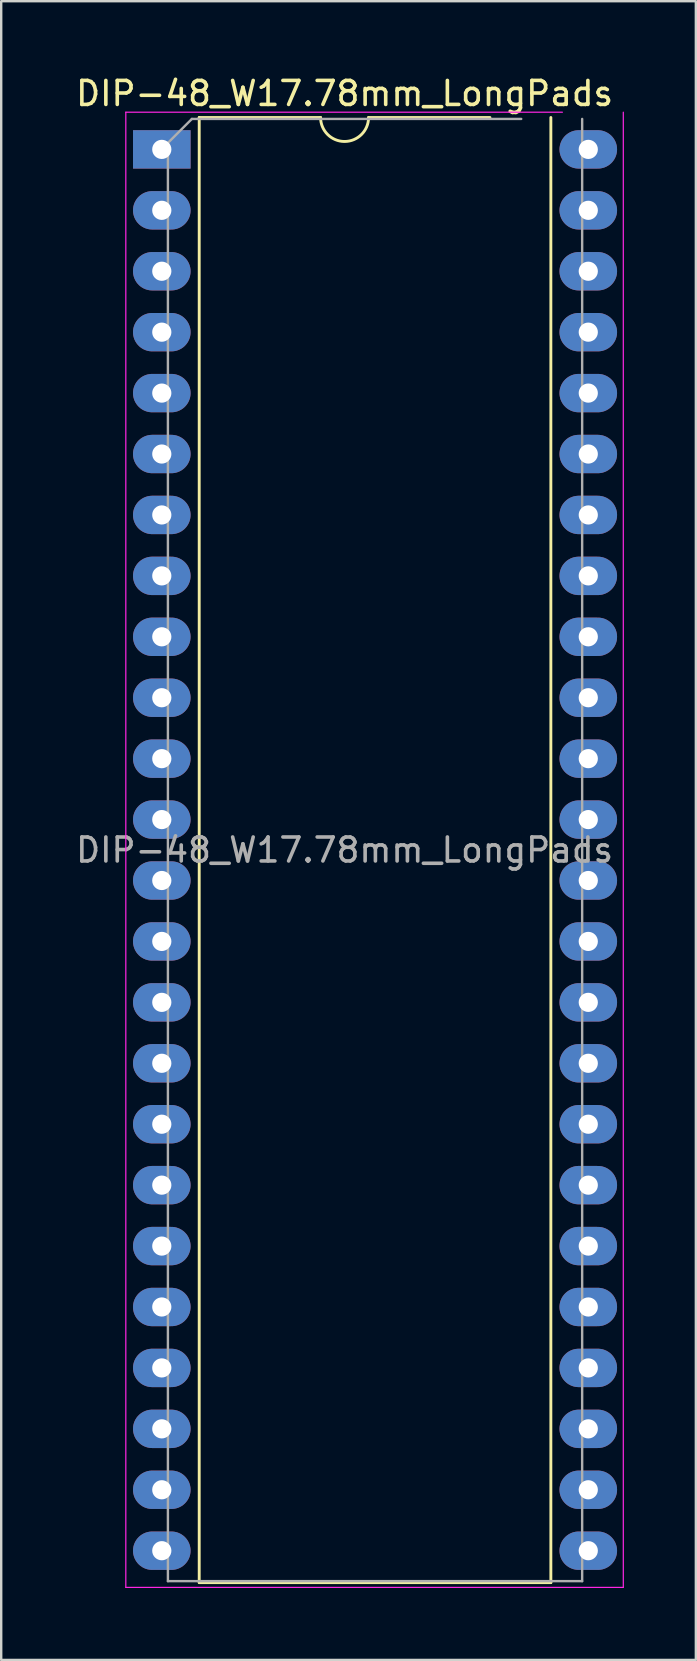
<source format=kicad_pcb>
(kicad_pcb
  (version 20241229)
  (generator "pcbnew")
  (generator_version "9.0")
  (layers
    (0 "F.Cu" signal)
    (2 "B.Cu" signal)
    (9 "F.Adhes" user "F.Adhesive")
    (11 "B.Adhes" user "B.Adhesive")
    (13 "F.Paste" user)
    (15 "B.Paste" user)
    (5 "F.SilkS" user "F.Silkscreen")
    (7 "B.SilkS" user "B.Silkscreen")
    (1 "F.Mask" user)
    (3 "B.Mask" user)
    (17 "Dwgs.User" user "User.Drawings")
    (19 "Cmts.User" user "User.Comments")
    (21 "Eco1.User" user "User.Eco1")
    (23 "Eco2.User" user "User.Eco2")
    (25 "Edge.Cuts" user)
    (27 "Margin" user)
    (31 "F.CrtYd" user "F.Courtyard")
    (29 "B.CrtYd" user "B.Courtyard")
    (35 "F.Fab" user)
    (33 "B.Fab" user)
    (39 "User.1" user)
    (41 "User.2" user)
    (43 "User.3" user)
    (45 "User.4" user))
  (footprint "DIP-48_W17.78mm_LongPads"
    (layer "F.Cu")
    (at 3.695 3.178)
    (property "Reference" "DIP-48_W17.78mm_LongPads" (at 7.62 -2.33 0) (layer "F.SilkS") (effects (font (size 1 1) (thickness 0.15))))
    (attr through_hole)
    (fp_line (start 1.56 -1.33) (end 1.56 59.75) (stroke (width 0.12) (type solid)) (layer "F.SilkS"))
    (fp_line (start 1.56 59.75) (end 16.22 59.75) (stroke (width 0.12) (type solid)) (layer "F.SilkS"))
    (fp_line (start 6.62 -1.33) (end 1.56 -1.33) (stroke (width 0.12) (type solid)) (layer "F.SilkS"))
    (fp_line (start 13.68 -1.33) (end 8.62 -1.33) (stroke (width 0.12) (type solid)) (layer "F.SilkS"))
    (fp_line (start 16.22 59.75) (end 16.22 -1.33) (stroke (width 0.12) (type solid)) (layer "F.SilkS"))
    (fp_arc (start 8.62 -1.33) (mid 7.62 -0.33) (end 6.62 -1.33) (stroke (width 0.12) (type solid)) (layer "F.SilkS"))
    (fp_line (start -1.5 -1.55) (end -1.5 59.95) (stroke (width 0.05) (type solid)) (layer "F.CrtYd"))
    (fp_line (start -1.5 59.95) (end 19.24 59.95) (stroke (width 0.05) (type solid)) (layer "F.CrtYd"))
    (fp_line (start 16.7 -1.55) (end -1.5 -1.55) (stroke (width 0.05) (type solid)) (layer "F.CrtYd"))
    (fp_line (start 19.24 59.95) (end 19.24 -1.55) (stroke (width 0.05) (type solid)) (layer "F.CrtYd"))
    (fp_line (start 0.255 -0.27) (end 1.255 -1.27) (stroke (width 0.1) (type solid)) (layer "F.Fab"))
    (fp_line (start 0.255 59.69) (end 0.255 -0.27) (stroke (width 0.1) (type solid)) (layer "F.Fab"))
    (fp_line (start 1.255 -1.27) (end 14.985 -1.27) (stroke (width 0.1) (type solid)) (layer "F.Fab"))
    (fp_line (start 17.525 -1.27) (end 17.525 59.69) (stroke (width 0.1) (type solid)) (layer "F.Fab"))
    (fp_line (start 17.525 59.69) (end 0.255 59.69) (stroke (width 0.1) (type solid)) (layer "F.Fab"))
    (fp_text user "${REFERENCE}" (at 7.62 29.21 0) (layer "F.Fab") (effects (font (size 1 1) (thickness 0.15))))
    (pad "1" thru_hole rect (at 0 0) (size 2.4 1.6) (drill 0.8) (layers "*.Cu" "*.Mask"))
    (pad "2" thru_hole oval (at 0 2.54) (size 2.4 1.6) (drill 0.8) (layers "*.Cu" "*.Mask"))
    (pad "3" thru_hole oval (at 0 5.08) (size 2.4 1.6) (drill 0.8) (layers "*.Cu" "*.Mask"))
    (pad "4" thru_hole oval (at 0 7.62) (size 2.4 1.6) (drill 0.8) (layers "*.Cu" "*.Mask"))
    (pad "5" thru_hole oval (at 0 10.16) (size 2.4 1.6) (drill 0.8) (layers "*.Cu" "*.Mask"))
    (pad "6" thru_hole oval (at 0 12.7) (size 2.4 1.6) (drill 0.8) (layers "*.Cu" "*.Mask"))
    (pad "7" thru_hole oval (at 0 15.24) (size 2.4 1.6) (drill 0.8) (layers "*.Cu" "*.Mask"))
    (pad "8" thru_hole oval (at 0 17.78) (size 2.4 1.6) (drill 0.8) (layers "*.Cu" "*.Mask"))
    (pad "9" thru_hole oval (at 0 20.32) (size 2.4 1.6) (drill 0.8) (layers "*.Cu" "*.Mask"))
    (pad "10" thru_hole oval (at 0 22.86) (size 2.4 1.6) (drill 0.8) (layers "*.Cu" "*.Mask"))
    (pad "11" thru_hole oval (at 0 25.4) (size 2.4 1.6) (drill 0.8) (layers "*.Cu" "*.Mask"))
    (pad "12" thru_hole oval (at 0 27.94) (size 2.4 1.6) (drill 0.8) (layers "*.Cu" "*.Mask"))
    (pad "13" thru_hole oval (at 0 30.48) (size 2.4 1.6) (drill 0.8) (layers "*.Cu" "*.Mask"))
    (pad "14" thru_hole oval (at 0 33.02) (size 2.4 1.6) (drill 0.8) (layers "*.Cu" "*.Mask"))
    (pad "15" thru_hole oval (at 0 35.56) (size 2.4 1.6) (drill 0.8) (layers "*.Cu" "*.Mask"))
    (pad "16" thru_hole oval (at 0 38.1) (size 2.4 1.6) (drill 0.8) (layers "*.Cu" "*.Mask"))
    (pad "17" thru_hole oval (at 0 40.64) (size 2.4 1.6) (drill 0.8) (layers "*.Cu" "*.Mask"))
    (pad "18" thru_hole oval (at 0 43.18) (size 2.4 1.6) (drill 0.8) (layers "*.Cu" "*.Mask"))
    (pad "19" thru_hole oval (at 0 45.72) (size 2.4 1.6) (drill 0.8) (layers "*.Cu" "*.Mask"))
    (pad "20" thru_hole oval (at 0 48.26) (size 2.4 1.6) (drill 0.8) (layers "*.Cu" "*.Mask"))
    (pad "21" thru_hole oval (at 0 50.8) (size 2.4 1.6) (drill 0.8) (layers "*.Cu" "*.Mask"))
    (pad "22" thru_hole oval (at 0 53.34) (size 2.4 1.6) (drill 0.8) (layers "*.Cu" "*.Mask"))
    (pad "23" thru_hole oval (at 0 55.88) (size 2.4 1.6) (drill 0.8) (layers "*.Cu" "*.Mask"))
    (pad "24" thru_hole oval (at 0 58.42) (size 2.4 1.6) (drill 0.8) (layers "*.Cu" "*.Mask"))
    (pad "25" thru_hole oval (at 17.78 58.42) (size 2.4 1.6) (drill 0.8) (layers "*.Cu" "*.Mask"))
    (pad "26" thru_hole oval (at 17.78 55.88) (size 2.4 1.6) (drill 0.8) (layers "*.Cu" "*.Mask"))
    (pad "27" thru_hole oval (at 17.78 53.34) (size 2.4 1.6) (drill 0.8) (layers "*.Cu" "*.Mask"))
    (pad "28" thru_hole oval (at 17.78 50.8) (size 2.4 1.6) (drill 0.8) (layers "*.Cu" "*.Mask"))
    (pad "29" thru_hole oval (at 17.78 48.26) (size 2.4 1.6) (drill 0.8) (layers "*.Cu" "*.Mask"))
    (pad "30" thru_hole oval (at 17.78 45.72) (size 2.4 1.6) (drill 0.8) (layers "*.Cu" "*.Mask"))
    (pad "31" thru_hole oval (at 17.78 43.18) (size 2.4 1.6) (drill 0.8) (layers "*.Cu" "*.Mask"))
    (pad "32" thru_hole oval (at 17.78 40.64) (size 2.4 1.6) (drill 0.8) (layers "*.Cu" "*.Mask"))
    (pad "33" thru_hole oval (at 17.78 38.1) (size 2.4 1.6) (drill 0.8) (layers "*.Cu" "*.Mask"))
    (pad "34" thru_hole oval (at 17.78 35.56) (size 2.4 1.6) (drill 0.8) (layers "*.Cu" "*.Mask"))
    (pad "35" thru_hole oval (at 17.78 33.02) (size 2.4 1.6) (drill 0.8) (layers "*.Cu" "*.Mask"))
    (pad "36" thru_hole oval (at 17.78 30.48) (size 2.4 1.6) (drill 0.8) (layers "*.Cu" "*.Mask"))
    (pad "37" thru_hole oval (at 17.78 27.94) (size 2.4 1.6) (drill 0.8) (layers "*.Cu" "*.Mask"))
    (pad "38" thru_hole oval (at 17.78 25.4) (size 2.4 1.6) (drill 0.8) (layers "*.Cu" "*.Mask"))
    (pad "39" thru_hole oval (at 17.78 22.86) (size 2.4 1.6) (drill 0.8) (layers "*.Cu" "*.Mask"))
    (pad "40" thru_hole oval (at 17.78 20.32) (size 2.4 1.6) (drill 0.8) (layers "*.Cu" "*.Mask"))
    (pad "41" thru_hole oval (at 17.78 17.78) (size 2.4 1.6) (drill 0.8) (layers "*.Cu" "*.Mask"))
    (pad "42" thru_hole oval (at 17.78 15.24) (size 2.4 1.6) (drill 0.8) (layers "*.Cu" "*.Mask"))
    (pad "43" thru_hole oval (at 17.78 12.7) (size 2.4 1.6) (drill 0.8) (layers "*.Cu" "*.Mask"))
    (pad "44" thru_hole oval (at 17.78 10.16) (size 2.4 1.6) (drill 0.8) (layers "*.Cu" "*.Mask"))
    (pad "45" thru_hole oval (at 17.78 7.62) (size 2.4 1.6) (drill 0.8) (layers "*.Cu" "*.Mask"))
    (pad "46" thru_hole oval (at 17.78 5.08) (size 2.4 1.6) (drill 0.8) (layers "*.Cu" "*.Mask"))
    (pad "47" thru_hole oval (at 17.78 2.54) (size 2.4 1.6) (drill 0.8) (layers "*.Cu" "*.Mask"))
    (pad "48" thru_hole oval (at 17.78 0) (size 2.4 1.6) (drill 0.8) (layers "*.Cu" "*.Mask")))
  (gr_rect
    (start -3 -3)
    (end 25.96 66.153)
    (stroke (width 0.1) (type default))
    (fill no)
    (layer "Edge.Cuts")))
</source>
